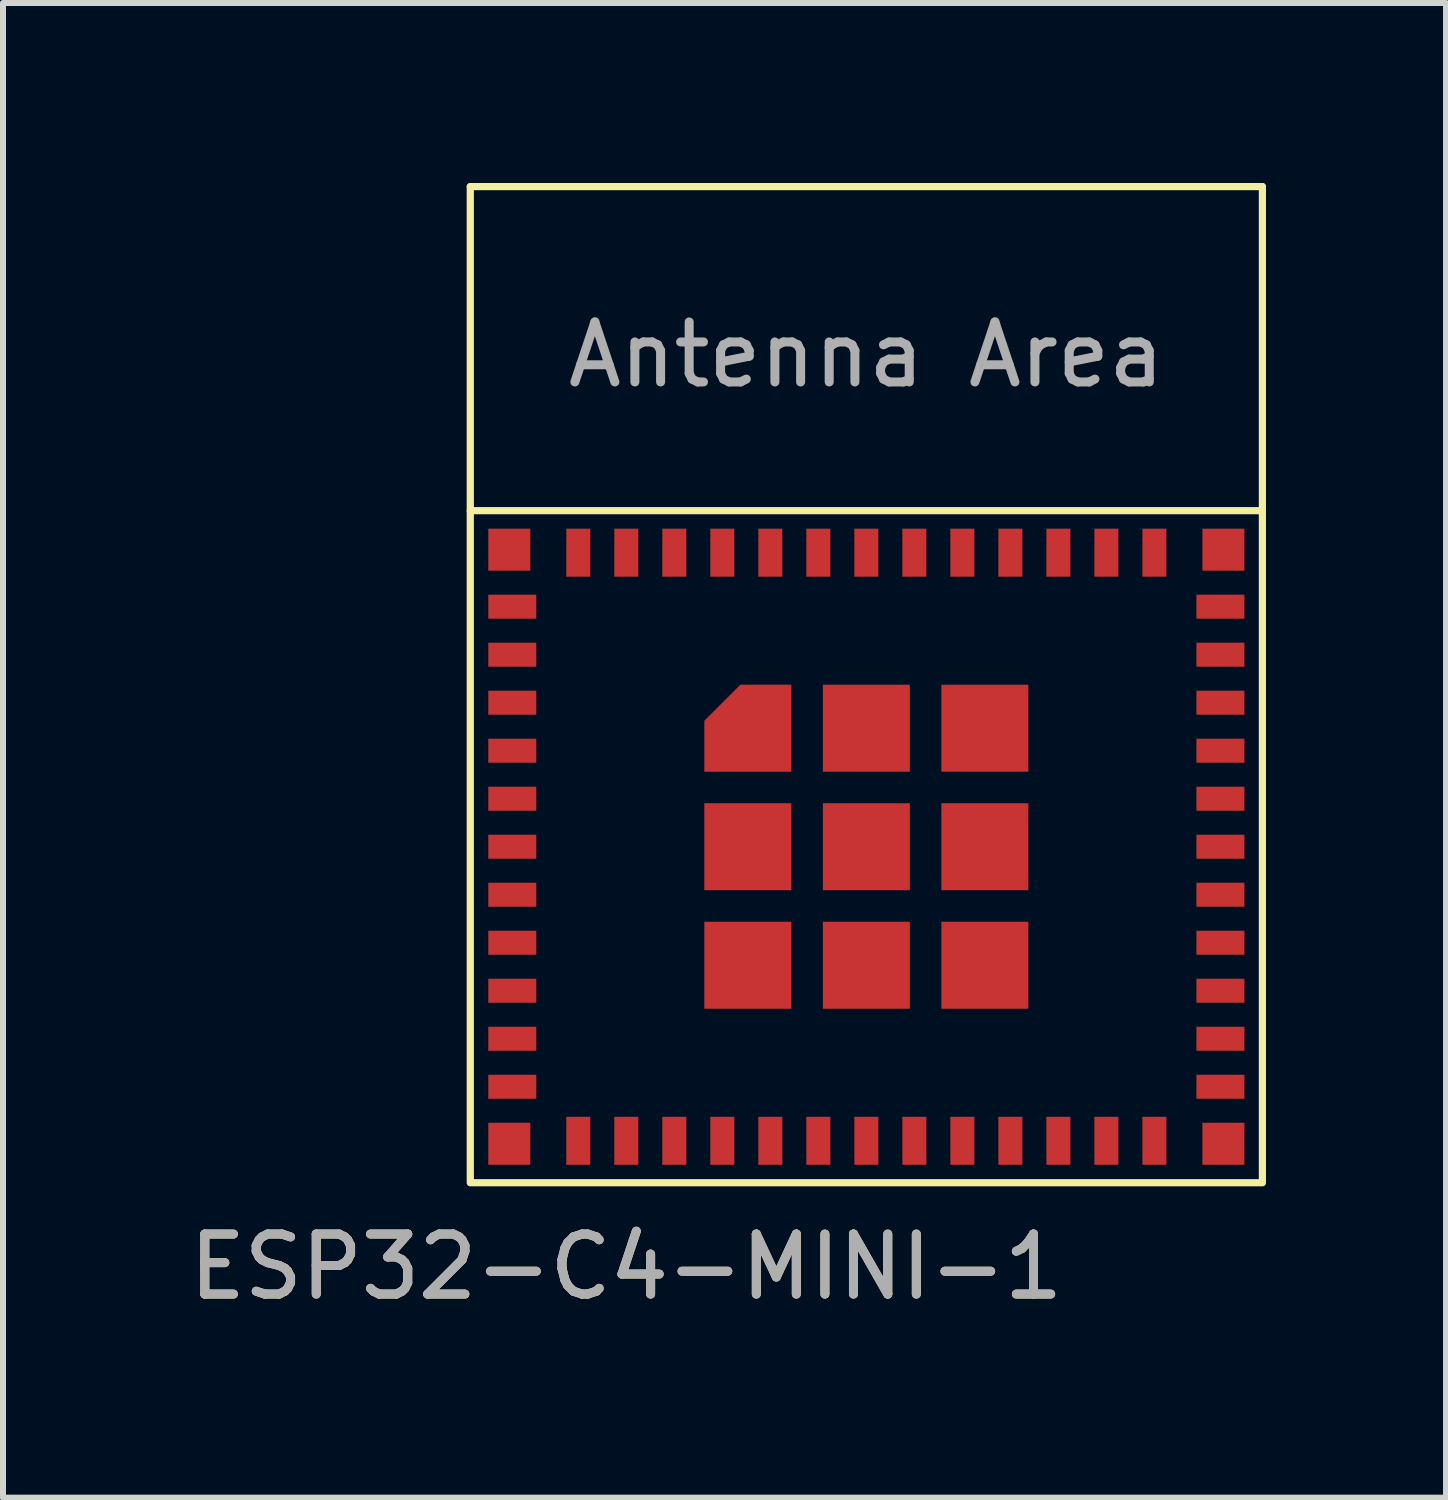
<source format=kicad_pcb>
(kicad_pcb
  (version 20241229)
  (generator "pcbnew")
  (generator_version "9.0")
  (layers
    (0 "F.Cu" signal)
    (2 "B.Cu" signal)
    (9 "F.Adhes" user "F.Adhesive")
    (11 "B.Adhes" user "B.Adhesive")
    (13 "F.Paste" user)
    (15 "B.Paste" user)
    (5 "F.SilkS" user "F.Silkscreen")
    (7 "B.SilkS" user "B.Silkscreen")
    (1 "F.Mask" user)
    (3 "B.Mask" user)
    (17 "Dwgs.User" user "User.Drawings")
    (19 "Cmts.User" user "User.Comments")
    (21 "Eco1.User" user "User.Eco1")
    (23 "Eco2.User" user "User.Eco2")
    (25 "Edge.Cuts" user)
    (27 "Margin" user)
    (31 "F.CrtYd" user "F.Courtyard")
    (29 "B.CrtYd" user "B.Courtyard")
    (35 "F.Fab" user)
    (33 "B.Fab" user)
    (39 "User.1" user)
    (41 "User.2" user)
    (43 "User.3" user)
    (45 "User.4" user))
  (footprint "ESP32-C4-MINI-1"
    (layer "F.Cu")
    (at 11.387 11.06)
    (property "Reference" "ESP32-C4-MINI-1" (at -4 7 0) (unlocked yes) (layer "F.SilkS") (effects (font (size 1 1) (thickness 0.15))))
    (attr smd)
    (fp_line (start -6.6 -11) (end -6.6 -5.6) (stroke (width 0.12) (type solid)) (layer "F.SilkS"))
    (fp_line (start 6.6 -11) (end -6.6 -11) (stroke (width 0.12) (type solid)) (layer "F.SilkS"))
    (fp_line (start 6.6 -5.6) (end 6.6 -11) (stroke (width 0.12) (type solid)) (layer "F.SilkS"))
    (fp_rect (start 6.6 5.6) (end -6.6 -5.6) (stroke (width 0.12) (type solid)) (fill no) (layer "F.SilkS"))
    (fp_text user "Antenna Area" (at 0 -8.2 0) (unlocked yes) (layer "F.Fab") (effects (font (size 1 1) (thickness 0.15))))
    (fp_text user "${REFERENCE}" (at -4 7 0) (unlocked yes) (layer "F.Fab") (effects (font (size 1 1) (thickness 0.15))))
    (pad "1" smd rect (at -5.9 -4) (size 0.8 0.4) (layers "F.Cu" "F.Mask" "F.Paste"))
    (pad "2" smd rect (at -5.9 -3.2) (size 0.8 0.4) (layers "F.Cu" "F.Mask" "F.Paste"))
    (pad "3" smd rect (at -5.9 -2.4) (size 0.8 0.4) (layers "F.Cu" "F.Mask" "F.Paste"))
    (pad "4" smd rect (at -5.9 -1.6) (size 0.8 0.4) (layers "F.Cu" "F.Mask" "F.Paste"))
    (pad "5" smd rect (at -5.9 -0.8) (size 0.8 0.4) (layers "F.Cu" "F.Mask" "F.Paste"))
    (pad "6" smd rect (at -5.9 0) (size 0.8 0.4) (layers "F.Cu" "F.Mask" "F.Paste"))
    (pad "7" smd rect (at -5.9 0.8) (size 0.8 0.4) (layers "F.Cu" "F.Mask" "F.Paste"))
    (pad "8" smd rect (at -5.9 1.6) (size 0.8 0.4) (layers "F.Cu" "F.Mask" "F.Paste"))
    (pad "9" smd rect (at -5.9 2.4) (size 0.8 0.4) (layers "F.Cu" "F.Mask" "F.Paste"))
    (pad "10" smd rect (at -5.9 3.2) (size 0.8 0.4) (layers "F.Cu" "F.Mask" "F.Paste"))
    (pad "11" smd rect (at -5.9 4) (size 0.8 0.4) (layers "F.Cu" "F.Mask" "F.Paste"))
    (pad "12" smd rect (at -4.8 4.9) (size 0.4 0.8) (layers "F.Cu" "F.Mask" "F.Paste"))
    (pad "13" smd rect (at -4 4.9) (size 0.4 0.8) (layers "F.Cu" "F.Mask" "F.Paste"))
    (pad "14" smd rect (at -3.2 4.9) (size 0.4 0.8) (layers "F.Cu" "F.Mask" "F.Paste"))
    (pad "15" smd rect (at -2.4 4.9) (size 0.4 0.8) (layers "F.Cu" "F.Mask" "F.Paste"))
    (pad "16" smd rect (at -1.6 4.9) (size 0.4 0.8) (layers "F.Cu" "F.Mask" "F.Paste"))
    (pad "17" smd rect (at -0.8 4.9) (size 0.4 0.8) (layers "F.Cu" "F.Mask" "F.Paste"))
    (pad "18" smd rect (at 0 4.9) (size 0.4 0.8) (layers "F.Cu" "F.Mask" "F.Paste"))
    (pad "19" smd rect (at 0.8 4.9) (size 0.4 0.8) (layers "F.Cu" "F.Mask" "F.Paste"))
    (pad "20" smd rect (at 1.6 4.9) (size 0.4 0.8) (layers "F.Cu" "F.Mask" "F.Paste"))
    (pad "21" smd rect (at 2.4 4.9) (size 0.4 0.8) (layers "F.Cu" "F.Mask" "F.Paste"))
    (pad "22" smd rect (at 3.2 4.9) (size 0.4 0.8) (layers "F.Cu" "F.Mask" "F.Paste"))
    (pad "23" smd rect (at 4 4.9) (size 0.4 0.8) (layers "F.Cu" "F.Mask" "F.Paste"))
    (pad "24" smd rect (at 4.8 4.9) (size 0.4 0.8) (layers "F.Cu" "F.Mask" "F.Paste"))
    (pad "25" smd rect (at 5.9 4) (size 0.8 0.4) (layers "F.Cu" "F.Mask" "F.Paste"))
    (pad "26" smd rect (at 5.9 3.2) (size 0.8 0.4) (layers "F.Cu" "F.Mask" "F.Paste"))
    (pad "27" smd rect (at 5.9 2.4) (size 0.8 0.4) (layers "F.Cu" "F.Mask" "F.Paste"))
    (pad "28" smd rect (at 5.9 1.6) (size 0.8 0.4) (layers "F.Cu" "F.Mask" "F.Paste"))
    (pad "29" smd rect (at 5.9 0.8) (size 0.8 0.4) (layers "F.Cu" "F.Mask" "F.Paste"))
    (pad "30" smd rect (at 5.9 0) (size 0.8 0.4) (layers "F.Cu" "F.Mask" "F.Paste"))
    (pad "31" smd rect (at 5.9 -0.8) (size 0.8 0.4) (layers "F.Cu" "F.Mask" "F.Paste"))
    (pad "32" smd rect (at 5.9 -1.6) (size 0.8 0.4) (layers "F.Cu" "F.Mask" "F.Paste"))
    (pad "33" smd rect (at 5.9 -2.4) (size 0.8 0.4) (layers "F.Cu" "F.Mask" "F.Paste"))
    (pad "34" smd rect (at 5.9 -3.2) (size 0.8 0.4) (layers "F.Cu" "F.Mask" "F.Paste"))
    (pad "35" smd rect (at 5.9 -4) (size 0.8 0.4) (layers "F.Cu" "F.Mask" "F.Paste"))
    (pad "36" smd rect (at 4.8 -4.9) (size 0.4 0.8) (layers "F.Cu" "F.Mask" "F.Paste"))
    (pad "37" smd rect (at 4 -4.9) (size 0.4 0.8) (layers "F.Cu" "F.Mask" "F.Paste"))
    (pad "38" smd rect (at 3.2 -4.9) (size 0.4 0.8) (layers "F.Cu" "F.Mask" "F.Paste"))
    (pad "39" smd rect (at 2.4 -4.9) (size 0.4 0.8) (layers "F.Cu" "F.Mask" "F.Paste"))
    (pad "40" smd rect (at 1.6 -4.9) (size 0.4 0.8) (layers "F.Cu" "F.Mask" "F.Paste"))
    (pad "41" smd rect (at 0.8 -4.9) (size 0.4 0.8) (layers "F.Cu" "F.Mask" "F.Paste"))
    (pad "42" smd rect (at 0 -4.9) (size 0.4 0.8) (layers "F.Cu" "F.Mask" "F.Paste"))
    (pad "43" smd rect (at -0.8 -4.9) (size 0.4 0.8) (layers "F.Cu" "F.Mask" "F.Paste"))
    (pad "44" smd rect (at -1.6 -4.9) (size 0.4 0.8) (layers "F.Cu" "F.Mask" "F.Paste"))
    (pad "45" smd rect (at -2.4 -4.9) (size 0.4 0.8) (layers "F.Cu" "F.Mask" "F.Paste"))
    (pad "46" smd rect (at -3.2 -4.9) (size 0.4 0.8) (layers "F.Cu" "F.Mask" "F.Paste"))
    (pad "47" smd rect (at -4 -4.9) (size 0.4 0.8) (layers "F.Cu" "F.Mask" "F.Paste"))
    (pad "48" smd rect (at -4.8 -4.9) (size 0.4 0.8) (layers "F.Cu" "F.Mask" "F.Paste"))
    (pad "49" smd roundrect (at -1.975 -1.975) (size 1.45 1.45) (layers "F.Cu" "F.Mask" "F.Paste") (roundrect_rratio 0) (chamfer_ratio 0.414) (chamfer top_left))
    (pad "49" smd rect (at -1.975 0) (size 1.45 1.45) (layers "F.Cu" "F.Mask" "F.Paste"))
    (pad "49" smd rect (at -1.975 1.975) (size 1.45 1.45) (layers "F.Cu" "F.Mask" "F.Paste"))
    (pad "49" smd rect (at 0 -1.975) (size 1.45 1.45) (layers "F.Cu" "F.Mask" "F.Paste"))
    (pad "49" smd rect (at 0 0) (size 1.45 1.45) (layers "F.Cu" "F.Mask" "F.Paste"))
    (pad "49" smd rect (at 0 1.975) (size 1.45 1.45) (layers "F.Cu" "F.Mask" "F.Paste"))
    (pad "49" smd rect (at 1.975 -1.975) (size 1.45 1.45) (layers "F.Cu" "F.Mask" "F.Paste"))
    (pad "49" smd rect (at 1.975 0) (size 1.45 1.45) (layers "F.Cu" "F.Mask" "F.Paste"))
    (pad "49" smd rect (at 1.975 1.975) (size 1.45 1.45) (layers "F.Cu" "F.Mask" "F.Paste"))
    (pad "50" smd rect (at 5.95 -4.95) (size 0.7 0.7) (layers "F.Cu" "F.Mask" "F.Paste"))
    (pad "51" smd rect (at 5.95 4.95) (size 0.7 0.7) (layers "F.Cu" "F.Mask" "F.Paste"))
    (pad "52" smd rect (at -5.95 4.95) (size 0.7 0.7) (layers "F.Cu" "F.Mask" "F.Paste"))
    (pad "53" smd rect (at -5.95 -4.95) (size 0.7 0.7) (layers "F.Cu" "F.Mask" "F.Paste")))
  (gr_rect
    (start -3 -3)
    (end 21.047 21.908)
    (stroke (width 0.1) (type default))
    (fill no)
    (layer "Edge.Cuts")))
</source>
